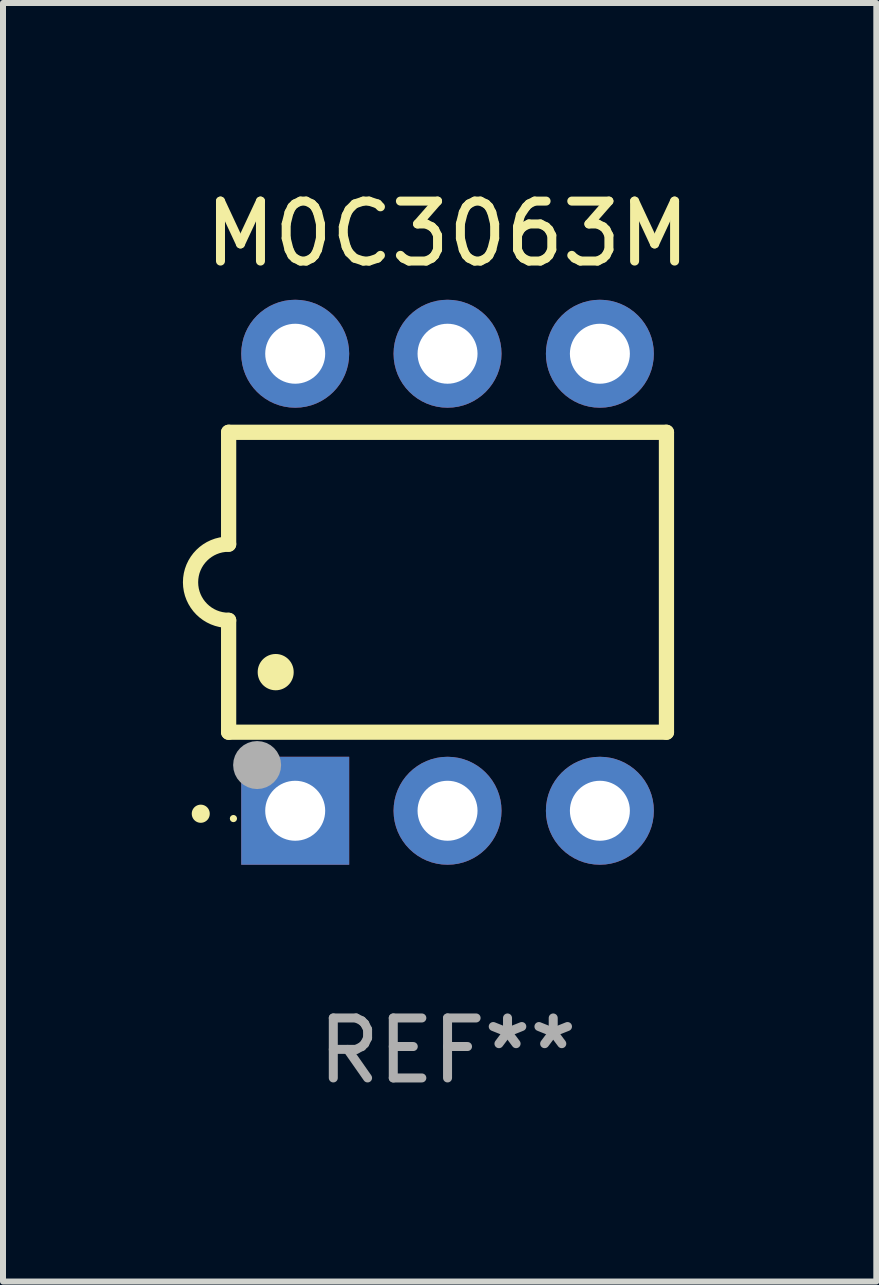
<source format=kicad_pcb>
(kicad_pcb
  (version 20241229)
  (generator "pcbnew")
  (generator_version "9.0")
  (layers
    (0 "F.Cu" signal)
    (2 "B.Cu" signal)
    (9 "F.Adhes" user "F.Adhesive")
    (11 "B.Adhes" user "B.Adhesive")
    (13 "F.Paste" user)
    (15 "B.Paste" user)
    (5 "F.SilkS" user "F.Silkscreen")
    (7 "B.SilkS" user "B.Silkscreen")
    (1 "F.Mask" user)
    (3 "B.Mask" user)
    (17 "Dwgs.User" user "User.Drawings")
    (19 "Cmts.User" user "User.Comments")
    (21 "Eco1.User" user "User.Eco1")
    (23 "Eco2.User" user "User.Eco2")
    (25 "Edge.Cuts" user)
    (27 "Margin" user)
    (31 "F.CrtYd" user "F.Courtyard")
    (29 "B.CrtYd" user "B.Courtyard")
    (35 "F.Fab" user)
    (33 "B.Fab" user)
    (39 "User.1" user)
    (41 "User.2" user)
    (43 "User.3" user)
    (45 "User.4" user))
  (footprint "M0C3063M"
    (layer "F.Cu")
    (at 4.412 6.658)
    (property "Reference" "M0C3063M" (at 0 -5.81 0) (layer "F.SilkS") (effects (font (size 1 1) (thickness 0.15))))
    (attr through_hole)
    (fp_line (start -3.65 -2.5) (end 3.65 -2.5) (stroke (width 0.254) (type solid)) (layer "F.SilkS"))
    (fp_line (start -3.65 -0.635) (end -3.65 -2.5) (stroke (width 0.254) (type solid)) (layer "F.SilkS"))
    (fp_line (start -3.65 0.635) (end -3.65 2.5) (stroke (width 0.254) (type solid)) (layer "F.SilkS"))
    (fp_line (start -3.65 2.5) (end 3.65 2.5) (stroke (width 0.254) (type solid)) (layer "F.SilkS"))
    (fp_line (start 3.65 -2.5) (end 3.65 2.5) (stroke (width 0.254) (type solid)) (layer "F.SilkS"))
    (fp_arc (start -4.114808 3.860808) (mid -4.114813 3.859538) (end -4.114808 3.858268) (stroke (width 0.3) (type solid)) (layer "F.SilkS"))
    (fp_arc (start -3.650013 0.635001) (mid -4.285014 0) (end -3.650013 -0.635001) (stroke (width 0.254001) (type solid)) (layer "F.SilkS"))
    (fp_arc (start -2.865405 1.501143) (mid -2.865416 1.498603) (end -2.865405 1.496063) (stroke (width 0.6) (type solid)) (layer "F.SilkS"))
    (fp_circle (center -3.57 3.94) (end -3.54 3.94) (stroke (width 0.06) (type solid)) (fill no) (layer "F.SilkS"))
    (fp_circle (center -3.175 3.048) (end -2.975 3.048) (stroke (width 0.4) (type solid)) (fill no) (layer "F.Fab"))
    (fp_text user "REF**" (at 0 7.81 0) (layer "F.Fab") (effects (font (size 1 1) (thickness 0.15))))
    (pad "1" thru_hole rect (at -2.54 3.81 90) (size 1.8 1.8) (drill 1) (layers "*.Cu" "*.Mask"))
    (pad "2" thru_hole circle (at 0 3.81) (size 1.8 1.8) (drill 1) (layers "*.Cu" "*.Mask"))
    (pad "3" thru_hole circle (at 2.54 3.81) (size 1.8 1.8) (drill 1) (layers "*.Cu" "*.Mask"))
    (pad "4" thru_hole circle (at 2.54 -3.81) (size 1.8 1.8) (drill 1) (layers "*.Cu" "*.Mask"))
    (pad "5" thru_hole circle (at 0 -3.81) (size 1.8 1.8) (drill 1) (layers "*.Cu" "*.Mask"))
    (pad "6" thru_hole circle (at -2.54 -3.81) (size 1.8 1.8) (drill 1) (layers "*.Cu" "*.Mask")))
  (gr_rect
    (start -3 -3)
    (end 11.561 18.317)
    (stroke (width 0.1) (type default))
    (fill no)
    (layer "Edge.Cuts")))
</source>
